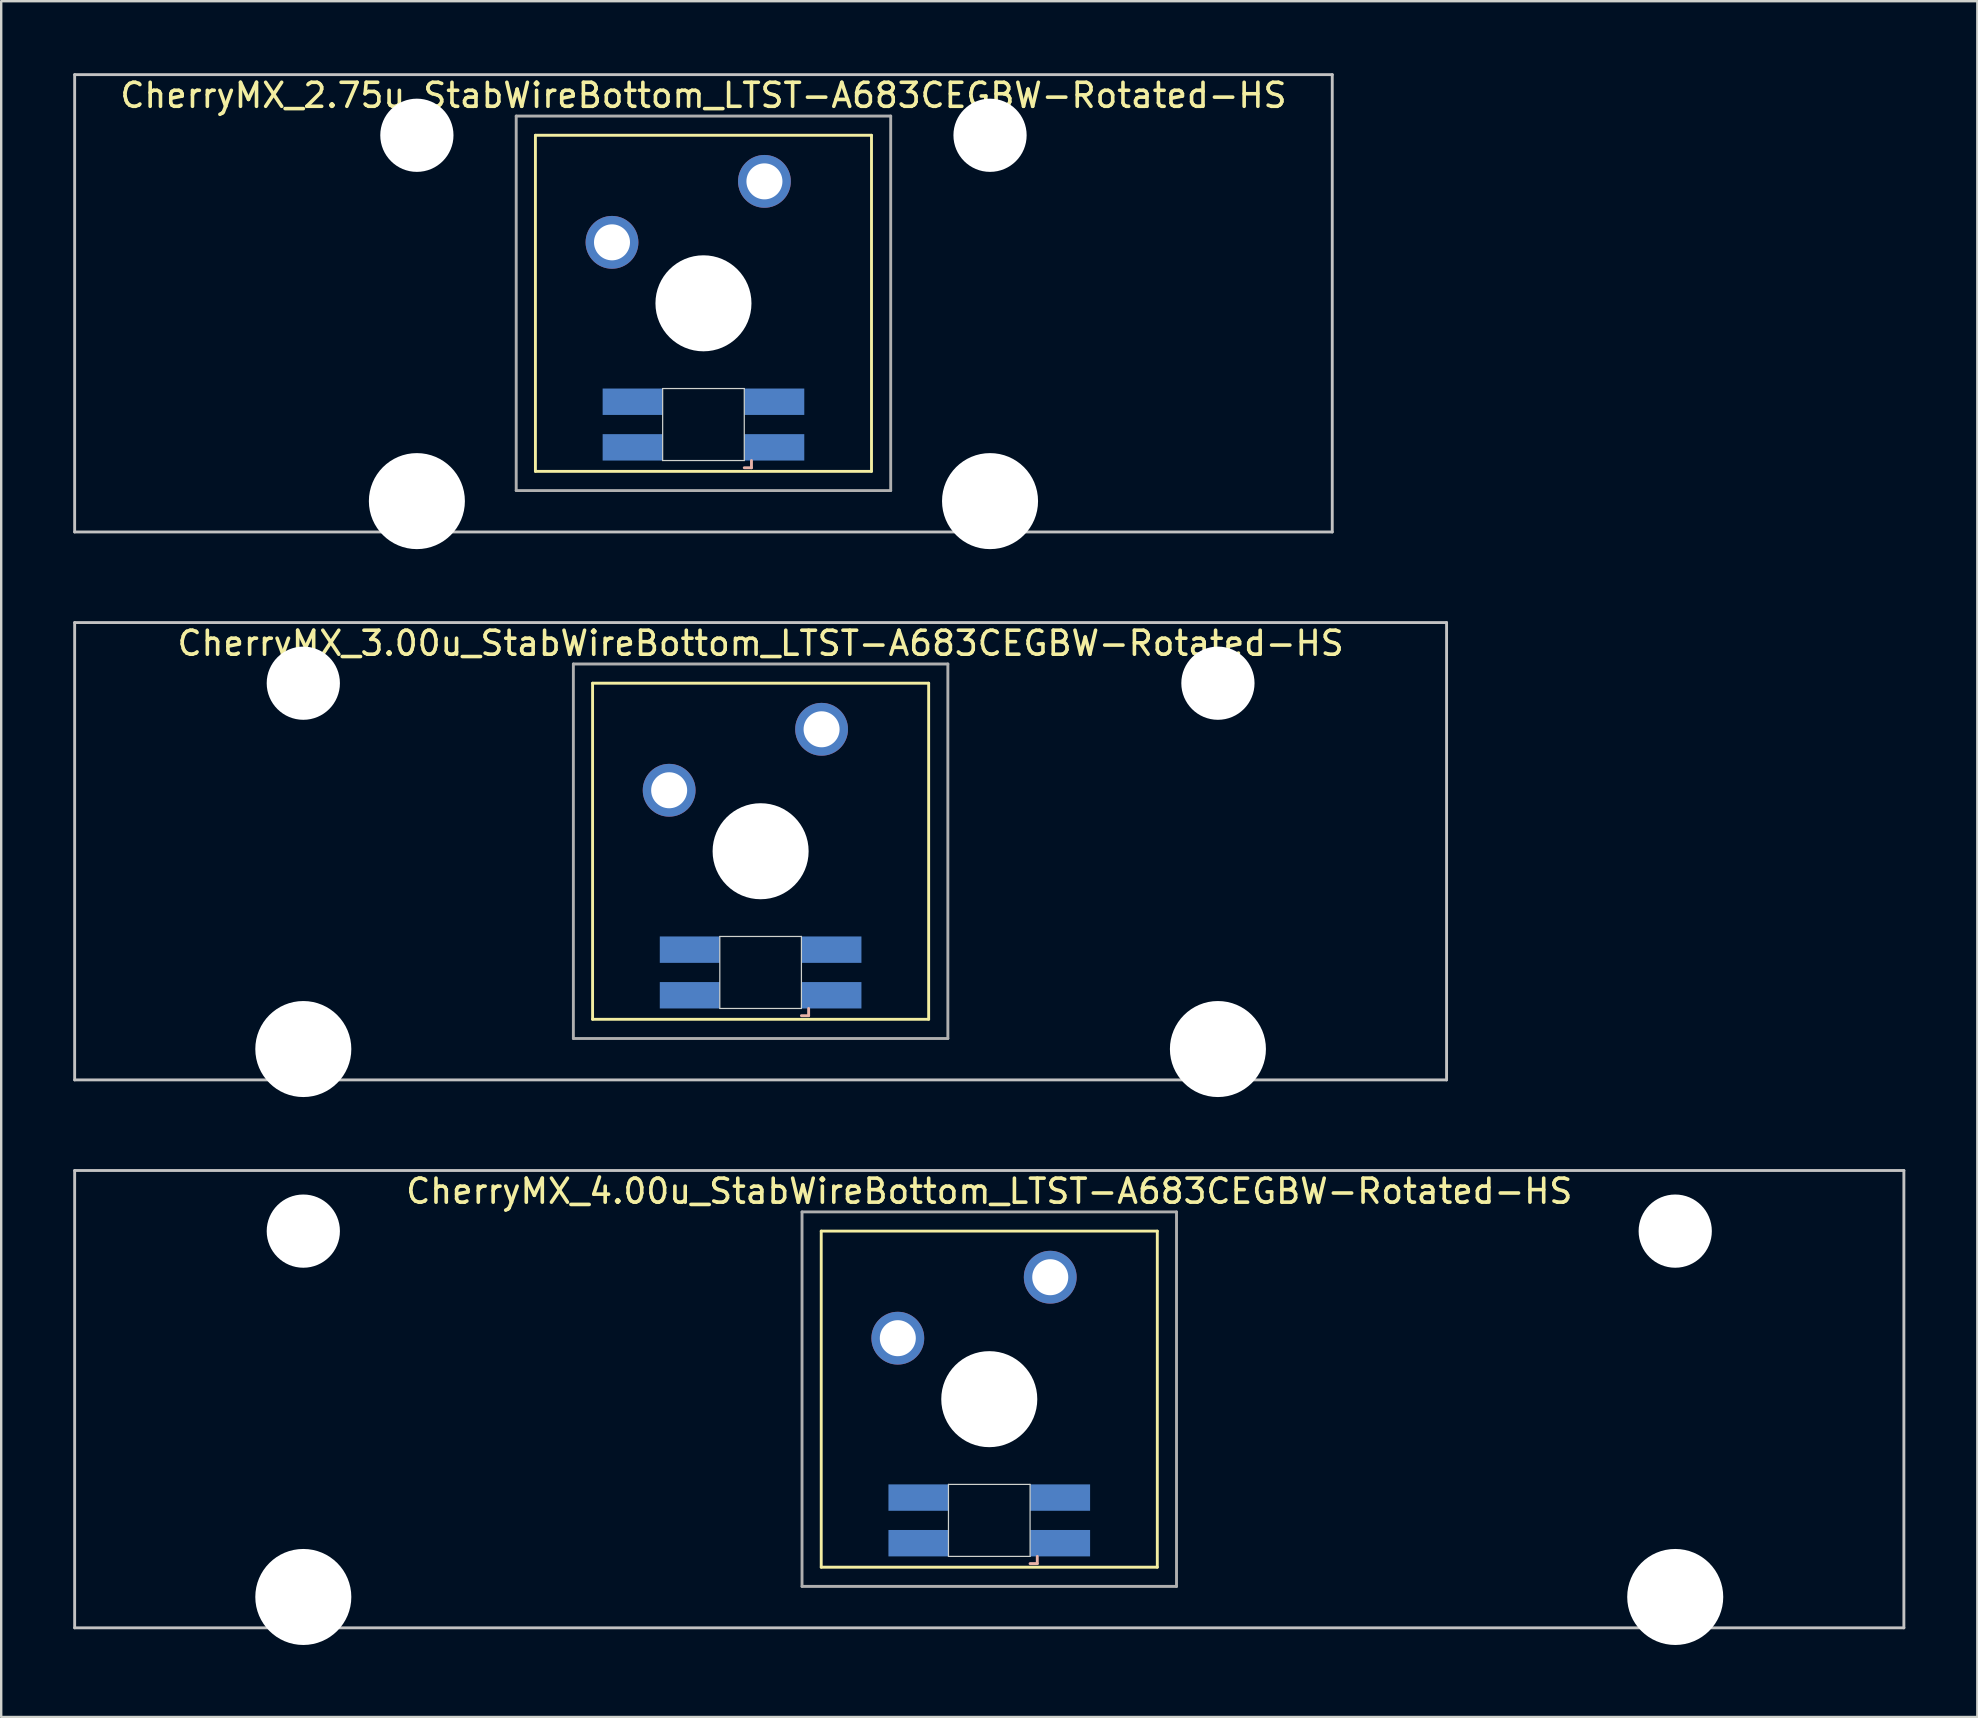
<source format=kicad_pcb>
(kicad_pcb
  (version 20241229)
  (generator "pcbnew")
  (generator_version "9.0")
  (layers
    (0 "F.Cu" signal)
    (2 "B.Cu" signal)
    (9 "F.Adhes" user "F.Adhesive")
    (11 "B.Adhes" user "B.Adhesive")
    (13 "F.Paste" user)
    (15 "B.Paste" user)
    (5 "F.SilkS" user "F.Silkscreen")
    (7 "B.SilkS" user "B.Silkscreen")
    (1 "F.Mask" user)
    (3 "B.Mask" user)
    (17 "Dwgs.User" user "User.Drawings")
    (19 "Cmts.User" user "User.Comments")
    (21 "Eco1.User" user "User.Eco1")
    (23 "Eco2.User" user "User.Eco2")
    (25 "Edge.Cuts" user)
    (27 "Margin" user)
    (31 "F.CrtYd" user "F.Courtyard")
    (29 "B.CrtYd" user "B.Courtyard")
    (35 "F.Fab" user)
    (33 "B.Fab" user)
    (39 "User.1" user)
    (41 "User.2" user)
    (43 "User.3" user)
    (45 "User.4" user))
  (footprint "CherryMX_4.00u_StabWireBottom_LTST-A683CEGBW-Rotated-HS"
    (layer "F.Cu")
    (at 38.16 55.235)
    (property "Reference" "CherryMX_4.00u_StabWireBottom_LTST-A683CEGBW-Rotated-HS" (at 0 -8.662 0) (layer "F.SilkS") (effects (font (size 1 1) (thickness 0.15))))
    (attr through_hole)
    (fp_line (start -7 -7) (end -7 7) (stroke (width 0.12) (type solid)) (layer "F.SilkS"))
    (fp_line (start -7 -7) (end 7 -7) (stroke (width 0.12) (type solid)) (layer "F.SilkS"))
    (fp_line (start 7 -7) (end 7 7) (stroke (width 0.12) (type solid)) (layer "F.SilkS"))
    (fp_line (start 7 7) (end -7 7) (stroke (width 0.12) (type solid)) (layer "F.SilkS"))
    (fp_line (start 1.7 6.85) (end 2 6.85) (stroke (width 0.12) (type solid)) (layer "B.SilkS"))
    (fp_line (start 2 6.85) (end 2 6.55) (stroke (width 0.12) (type solid)) (layer "B.SilkS"))
    (fp_line (start -38.1 -9.525) (end 38.1 -9.525) (stroke (width 0.12) (type solid)) (layer "Dwgs.User"))
    (fp_line (start -38.1 9.525) (end -38.1 -9.525) (stroke (width 0.12) (type solid)) (layer "Dwgs.User"))
    (fp_line (start 38.1 -9.525) (end 38.1 9.525) (stroke (width 0.12) (type solid)) (layer "Dwgs.User"))
    (fp_line (start 38.1 9.525) (end -38.1 9.525) (stroke (width 0.12) (type solid)) (layer "Dwgs.User"))
    (fp_line (start -1.7 3.55) (end 1.7 3.55) (stroke (width 0.05) (type solid)) (layer "Edge.Cuts"))
    (fp_line (start -1.7 6.55) (end -1.7 3.55) (stroke (width 0.05) (type solid)) (layer "Edge.Cuts"))
    (fp_line (start 1.7 3.55) (end 1.7 6.55) (stroke (width 0.05) (type solid)) (layer "Edge.Cuts"))
    (fp_line (start 1.7 6.55) (end -1.7 6.55) (stroke (width 0.05) (type solid)) (layer "Edge.Cuts"))
    (fp_line (start -7.8 -7.8) (end -7.8 7.8) (stroke (width 0.12) (type solid)) (layer "F.Fab"))
    (fp_line (start -7.8 -7.8) (end 7.8 -7.8) (stroke (width 0.12) (type solid)) (layer "F.Fab"))
    (fp_line (start -7.8 7.8) (end 7.8 7.8) (stroke (width 0.12) (type solid)) (layer "F.Fab"))
    (fp_line (start 7.8 -7.8) (end 7.8 7.8) (stroke (width 0.12) (type solid)) (layer "F.Fab"))
    (pad "" np_thru_hole circle (at -28.575 -7) (size 3.05 3.05) (drill 3.05) (layers "*.Cu" "*.Mask"))
    (pad "" np_thru_hole circle (at -28.575 8.24) (size 4 4) (drill 4) (layers "*.Cu" "*.Mask"))
    (pad "" np_thru_hole circle (at 0 0) (size 4 4) (drill 4) (layers "*.Cu" "*.Mask"))
    (pad "" np_thru_hole circle (at 28.575 -7) (size 3.05 3.05) (drill 3.05) (layers "*.Cu" "*.Mask"))
    (pad "" np_thru_hole circle (at 28.575 8.24) (size 4 4) (drill 4) (layers "*.Cu" "*.Mask"))
    (pad "1" thru_hole circle (at -3.81 -2.54) (size 2.2 2.2) (drill 1.5) (layers "*.Cu" "*.Mask"))
    (pad "2" thru_hole circle (at 2.54 -5.08) (size 2.2 2.2) (drill 1.5) (layers "*.Cu" "*.Mask"))
    (pad "3" smd rect (at 2.95 6) (size 2.5 1.1) (layers "B.Cu" "B.Mask" "B.Paste"))
    (pad "4" smd rect (at 2.95 4.1) (size 2.5 1.1) (layers "B.Cu" "B.Mask" "B.Paste"))
    (pad "5" smd rect (at -2.95 6) (size 2.5 1.1) (layers "B.Cu" "B.Mask" "B.Paste"))
    (pad "6" smd rect (at -2.95 4.1) (size 2.5 1.1) (layers "B.Cu" "B.Mask" "B.Paste")))
  (footprint "CherryMX_3.00u_StabWireBottom_LTST-A683CEGBW-Rotated-HS"
    (layer "F.Cu")
    (at 28.635 32.41)
    (property "Reference" "CherryMX_3.00u_StabWireBottom_LTST-A683CEGBW-Rotated-HS" (at 0 -8.662 0) (layer "F.SilkS") (effects (font (size 1 1) (thickness 0.15))))
    (attr through_hole)
    (fp_line (start -7 -7) (end -7 7) (stroke (width 0.12) (type solid)) (layer "F.SilkS"))
    (fp_line (start -7 -7) (end 7 -7) (stroke (width 0.12) (type solid)) (layer "F.SilkS"))
    (fp_line (start 7 -7) (end 7 7) (stroke (width 0.12) (type solid)) (layer "F.SilkS"))
    (fp_line (start 7 7) (end -7 7) (stroke (width 0.12) (type solid)) (layer "F.SilkS"))
    (fp_line (start 1.7 6.85) (end 2 6.85) (stroke (width 0.12) (type solid)) (layer "B.SilkS"))
    (fp_line (start 2 6.85) (end 2 6.55) (stroke (width 0.12) (type solid)) (layer "B.SilkS"))
    (fp_line (start -28.575 -9.525) (end 28.575 -9.525) (stroke (width 0.12) (type solid)) (layer "Dwgs.User"))
    (fp_line (start -28.575 9.525) (end -28.575 -9.525) (stroke (width 0.12) (type solid)) (layer "Dwgs.User"))
    (fp_line (start 28.575 -9.525) (end 28.575 9.525) (stroke (width 0.12) (type solid)) (layer "Dwgs.User"))
    (fp_line (start 28.575 9.525) (end -28.575 9.525) (stroke (width 0.12) (type solid)) (layer "Dwgs.User"))
    (fp_line (start -1.7 3.55) (end 1.7 3.55) (stroke (width 0.05) (type solid)) (layer "Edge.Cuts"))
    (fp_line (start -1.7 6.55) (end -1.7 3.55) (stroke (width 0.05) (type solid)) (layer "Edge.Cuts"))
    (fp_line (start 1.7 3.55) (end 1.7 6.55) (stroke (width 0.05) (type solid)) (layer "Edge.Cuts"))
    (fp_line (start 1.7 6.55) (end -1.7 6.55) (stroke (width 0.05) (type solid)) (layer "Edge.Cuts"))
    (fp_line (start -7.8 -7.8) (end -7.8 7.8) (stroke (width 0.12) (type solid)) (layer "F.Fab"))
    (fp_line (start -7.8 -7.8) (end 7.8 -7.8) (stroke (width 0.12) (type solid)) (layer "F.Fab"))
    (fp_line (start -7.8 7.8) (end 7.8 7.8) (stroke (width 0.12) (type solid)) (layer "F.Fab"))
    (fp_line (start 7.8 -7.8) (end 7.8 7.8) (stroke (width 0.12) (type solid)) (layer "F.Fab"))
    (pad "" np_thru_hole circle (at -19.05 -7) (size 3.05 3.05) (drill 3.05) (layers "*.Cu" "*.Mask"))
    (pad "" np_thru_hole circle (at -19.05 8.24) (size 4 4) (drill 4) (layers "*.Cu" "*.Mask"))
    (pad "" np_thru_hole circle (at 0 0) (size 4 4) (drill 4) (layers "*.Cu" "*.Mask"))
    (pad "" np_thru_hole circle (at 19.05 -7) (size 3.05 3.05) (drill 3.05) (layers "*.Cu" "*.Mask"))
    (pad "" np_thru_hole circle (at 19.05 8.24) (size 4 4) (drill 4) (layers "*.Cu" "*.Mask"))
    (pad "1" thru_hole circle (at -3.81 -2.54) (size 2.2 2.2) (drill 1.5) (layers "*.Cu" "*.Mask"))
    (pad "2" thru_hole circle (at 2.54 -5.08) (size 2.2 2.2) (drill 1.5) (layers "*.Cu" "*.Mask"))
    (pad "3" smd rect (at 2.95 6) (size 2.5 1.1) (layers "B.Cu" "B.Mask" "B.Paste"))
    (pad "4" smd rect (at 2.95 4.1) (size 2.5 1.1) (layers "B.Cu" "B.Mask" "B.Paste"))
    (pad "5" smd rect (at -2.95 6) (size 2.5 1.1) (layers "B.Cu" "B.Mask" "B.Paste"))
    (pad "6" smd rect (at -2.95 4.1) (size 2.5 1.1) (layers "B.Cu" "B.Mask" "B.Paste")))
  (footprint "CherryMX_2.75u_StabWireBottom_LTST-A683CEGBW-Rotated-HS"
    (layer "F.Cu")
    (at 26.254 9.585)
    (property "Reference" "CherryMX_2.75u_StabWireBottom_LTST-A683CEGBW-Rotated-HS" (at 0 -8.662 0) (layer "F.SilkS") (effects (font (size 1 1) (thickness 0.15))))
    (attr through_hole)
    (fp_line (start -7 -7) (end -7 7) (stroke (width 0.12) (type solid)) (layer "F.SilkS"))
    (fp_line (start -7 -7) (end 7 -7) (stroke (width 0.12) (type solid)) (layer "F.SilkS"))
    (fp_line (start 7 -7) (end 7 7) (stroke (width 0.12) (type solid)) (layer "F.SilkS"))
    (fp_line (start 7 7) (end -7 7) (stroke (width 0.12) (type solid)) (layer "F.SilkS"))
    (fp_line (start 1.7 6.85) (end 2 6.85) (stroke (width 0.12) (type solid)) (layer "B.SilkS"))
    (fp_line (start 2 6.85) (end 2 6.55) (stroke (width 0.12) (type solid)) (layer "B.SilkS"))
    (fp_line (start -26.194 -9.525) (end 26.194 -9.525) (stroke (width 0.12) (type solid)) (layer "Dwgs.User"))
    (fp_line (start -26.194 9.525) (end -26.194 -9.525) (stroke (width 0.12) (type solid)) (layer "Dwgs.User"))
    (fp_line (start 26.194 -9.525) (end 26.194 9.525) (stroke (width 0.12) (type solid)) (layer "Dwgs.User"))
    (fp_line (start 26.194 9.525) (end -26.194 9.525) (stroke (width 0.12) (type solid)) (layer "Dwgs.User"))
    (fp_line (start -1.7 3.55) (end 1.7 3.55) (stroke (width 0.05) (type solid)) (layer "Edge.Cuts"))
    (fp_line (start -1.7 6.55) (end -1.7 3.55) (stroke (width 0.05) (type solid)) (layer "Edge.Cuts"))
    (fp_line (start 1.7 3.55) (end 1.7 6.55) (stroke (width 0.05) (type solid)) (layer "Edge.Cuts"))
    (fp_line (start 1.7 6.55) (end -1.7 6.55) (stroke (width 0.05) (type solid)) (layer "Edge.Cuts"))
    (fp_line (start -7.8 -7.8) (end -7.8 7.8) (stroke (width 0.12) (type solid)) (layer "F.Fab"))
    (fp_line (start -7.8 -7.8) (end 7.8 -7.8) (stroke (width 0.12) (type solid)) (layer "F.Fab"))
    (fp_line (start -7.8 7.8) (end 7.8 7.8) (stroke (width 0.12) (type solid)) (layer "F.Fab"))
    (fp_line (start 7.8 -7.8) (end 7.8 7.8) (stroke (width 0.12) (type solid)) (layer "F.Fab"))
    (pad "" np_thru_hole circle (at -11.938 -7) (size 3.05 3.05) (drill 3.05) (layers "*.Cu" "*.Mask"))
    (pad "" np_thru_hole circle (at -11.938 8.24) (size 4 4) (drill 4) (layers "*.Cu" "*.Mask"))
    (pad "" np_thru_hole circle (at 0 0) (size 4 4) (drill 4) (layers "*.Cu" "*.Mask"))
    (pad "" np_thru_hole circle (at 11.938 -7) (size 3.05 3.05) (drill 3.05) (layers "*.Cu" "*.Mask"))
    (pad "" np_thru_hole circle (at 11.938 8.24) (size 4 4) (drill 4) (layers "*.Cu" "*.Mask"))
    (pad "1" thru_hole circle (at -3.81 -2.54) (size 2.2 2.2) (drill 1.5) (layers "*.Cu" "*.Mask"))
    (pad "2" thru_hole circle (at 2.54 -5.08) (size 2.2 2.2) (drill 1.5) (layers "*.Cu" "*.Mask"))
    (pad "3" smd rect (at 2.95 6) (size 2.5 1.1) (layers "B.Cu" "B.Mask" "B.Paste"))
    (pad "4" smd rect (at 2.95 4.1) (size 2.5 1.1) (layers "B.Cu" "B.Mask" "B.Paste"))
    (pad "5" smd rect (at -2.95 6) (size 2.5 1.1) (layers "B.Cu" "B.Mask" "B.Paste"))
    (pad "6" smd rect (at -2.95 4.1) (size 2.5 1.1) (layers "B.Cu" "B.Mask" "B.Paste")))
  (gr_rect
    (start -3 -3)
    (end 79.32 68.475)
    (stroke (width 0.1) (type default))
    (fill no)
    (layer "Edge.Cuts")))
</source>
